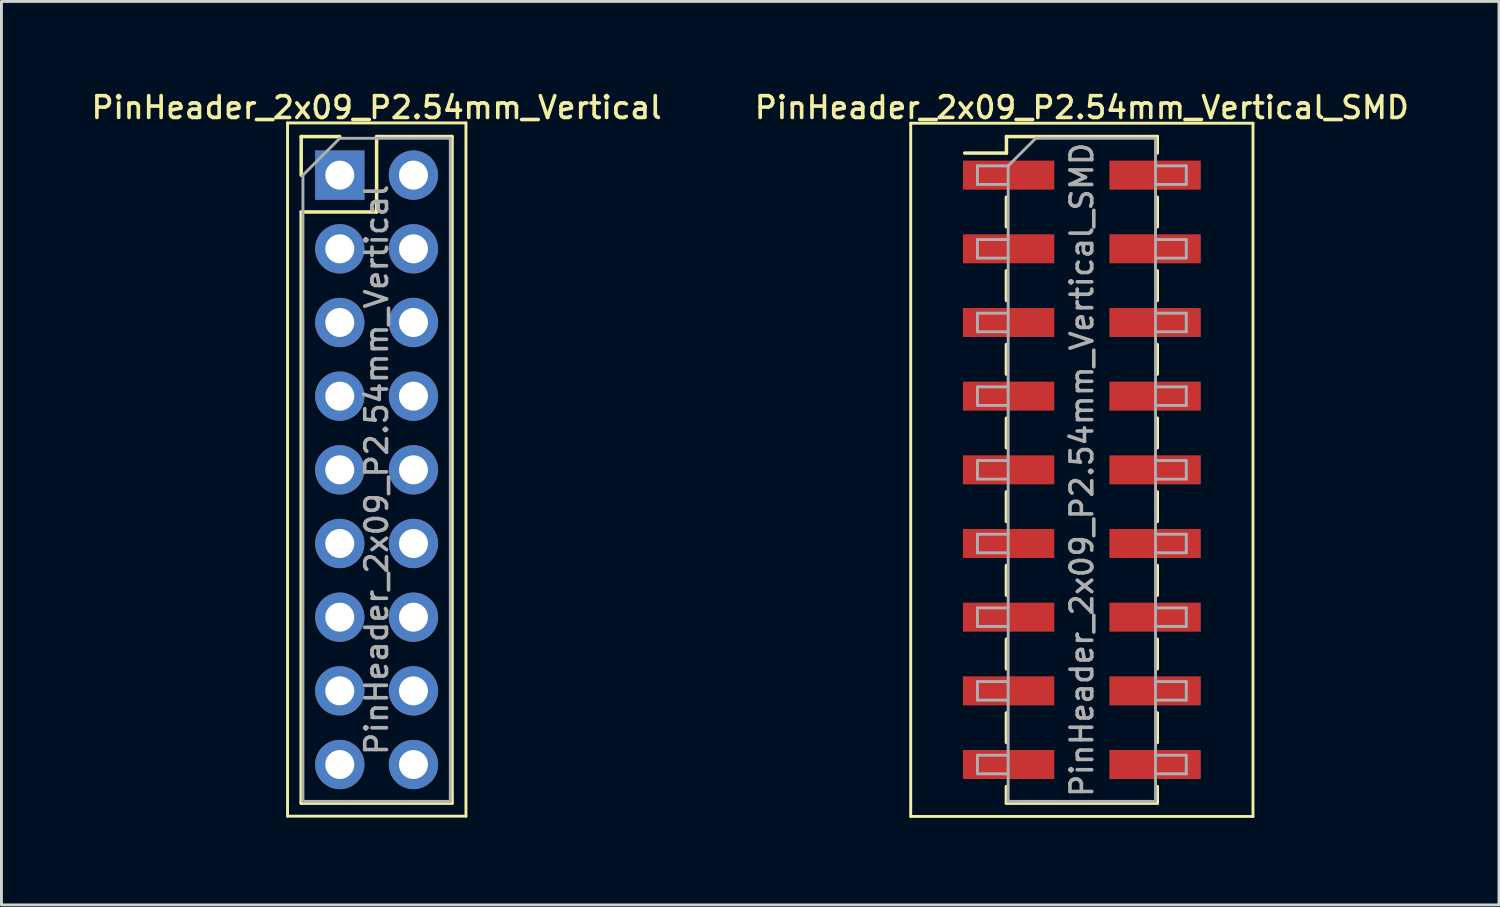
<source format=kicad_pcb>
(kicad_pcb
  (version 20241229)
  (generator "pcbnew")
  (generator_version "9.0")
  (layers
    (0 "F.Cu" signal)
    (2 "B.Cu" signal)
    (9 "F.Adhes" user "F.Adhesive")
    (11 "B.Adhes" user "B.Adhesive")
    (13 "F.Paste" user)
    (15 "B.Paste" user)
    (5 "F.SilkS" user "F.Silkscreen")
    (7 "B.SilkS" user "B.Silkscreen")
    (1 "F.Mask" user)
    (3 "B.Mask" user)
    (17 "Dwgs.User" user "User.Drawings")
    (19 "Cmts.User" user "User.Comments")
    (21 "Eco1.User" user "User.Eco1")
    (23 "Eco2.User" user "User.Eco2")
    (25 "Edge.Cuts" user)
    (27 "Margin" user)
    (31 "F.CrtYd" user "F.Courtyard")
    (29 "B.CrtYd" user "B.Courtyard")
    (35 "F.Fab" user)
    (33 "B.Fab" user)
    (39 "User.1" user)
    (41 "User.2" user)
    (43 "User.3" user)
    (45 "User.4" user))
  (footprint "PinHeader_2x09_P2.54mm_Vertical_SMD"
    (layer "F.Cu")
    (at 34.248 13.148)
    (property "Reference" "PinHeader_2x09_P2.54mm_Vertical_SMD" (at 0 -12.49 0) (layer "F.SilkS") (effects (font (size 0.75 0.75) (thickness 0.125))))
    (attr smd)
    (fp_line (start -5.9 -11.95) (end -5.9 11.95) (stroke (width 0.1) (type solid)) (layer "F.SilkS"))
    (fp_line (start -5.9 11.95) (end 5.9 11.95) (stroke (width 0.1) (type solid)) (layer "F.SilkS"))
    (fp_line (start -4.04 -10.92) (end -2.6 -10.92) (stroke (width 0.12) (type solid)) (layer "F.SilkS"))
    (fp_line (start -2.6 -11.49) (end -2.6 -10.92) (stroke (width 0.12) (type solid)) (layer "F.SilkS"))
    (fp_line (start -2.6 -11.49) (end 2.6 -11.49) (stroke (width 0.12) (type solid)) (layer "F.SilkS"))
    (fp_line (start -2.6 -9.4) (end -2.6 -8.38) (stroke (width 0.12) (type solid)) (layer "F.SilkS"))
    (fp_line (start -2.6 -6.86) (end -2.6 -5.84) (stroke (width 0.12) (type solid)) (layer "F.SilkS"))
    (fp_line (start -2.6 -4.32) (end -2.6 -3.3) (stroke (width 0.12) (type solid)) (layer "F.SilkS"))
    (fp_line (start -2.6 -1.78) (end -2.6 -0.76) (stroke (width 0.12) (type solid)) (layer "F.SilkS"))
    (fp_line (start -2.6 0.76) (end -2.6 1.78) (stroke (width 0.12) (type solid)) (layer "F.SilkS"))
    (fp_line (start -2.6 3.3) (end -2.6 4.32) (stroke (width 0.12) (type solid)) (layer "F.SilkS"))
    (fp_line (start -2.6 5.84) (end -2.6 6.86) (stroke (width 0.12) (type solid)) (layer "F.SilkS"))
    (fp_line (start -2.6 8.38) (end -2.6 9.4) (stroke (width 0.12) (type solid)) (layer "F.SilkS"))
    (fp_line (start -2.6 10.92) (end -2.6 11.49) (stroke (width 0.12) (type solid)) (layer "F.SilkS"))
    (fp_line (start -2.6 11.49) (end 2.6 11.49) (stroke (width 0.12) (type solid)) (layer "F.SilkS"))
    (fp_line (start 2.6 -11.49) (end 2.6 -10.92) (stroke (width 0.12) (type solid)) (layer "F.SilkS"))
    (fp_line (start 2.6 -9.4) (end 2.6 -8.38) (stroke (width 0.12) (type solid)) (layer "F.SilkS"))
    (fp_line (start 2.6 -6.86) (end 2.6 -5.84) (stroke (width 0.12) (type solid)) (layer "F.SilkS"))
    (fp_line (start 2.6 -4.32) (end 2.6 -3.3) (stroke (width 0.12) (type solid)) (layer "F.SilkS"))
    (fp_line (start 2.6 -1.78) (end 2.6 -0.76) (stroke (width 0.12) (type solid)) (layer "F.SilkS"))
    (fp_line (start 2.6 0.76) (end 2.6 1.78) (stroke (width 0.12) (type solid)) (layer "F.SilkS"))
    (fp_line (start 2.6 3.3) (end 2.6 4.32) (stroke (width 0.12) (type solid)) (layer "F.SilkS"))
    (fp_line (start 2.6 5.84) (end 2.6 6.86) (stroke (width 0.12) (type solid)) (layer "F.SilkS"))
    (fp_line (start 2.6 8.38) (end 2.6 9.4) (stroke (width 0.12) (type solid)) (layer "F.SilkS"))
    (fp_line (start 2.6 10.92) (end 2.6 11.49) (stroke (width 0.12) (type solid)) (layer "F.SilkS"))
    (fp_line (start 5.9 -11.95) (end -5.9 -11.95) (stroke (width 0.1) (type solid)) (layer "F.SilkS"))
    (fp_line (start 5.9 11.95) (end 5.9 -11.95) (stroke (width 0.1) (type solid)) (layer "F.SilkS"))
    (fp_line (start -3.6 -10.48) (end -3.6 -9.84) (stroke (width 0.1) (type solid)) (layer "F.Fab"))
    (fp_line (start -3.6 -9.84) (end -2.54 -9.84) (stroke (width 0.1) (type solid)) (layer "F.Fab"))
    (fp_line (start -3.6 -7.94) (end -3.6 -7.3) (stroke (width 0.1) (type solid)) (layer "F.Fab"))
    (fp_line (start -3.6 -7.3) (end -2.54 -7.3) (stroke (width 0.1) (type solid)) (layer "F.Fab"))
    (fp_line (start -3.6 -5.4) (end -3.6 -4.76) (stroke (width 0.1) (type solid)) (layer "F.Fab"))
    (fp_line (start -3.6 -4.76) (end -2.54 -4.76) (stroke (width 0.1) (type solid)) (layer "F.Fab"))
    (fp_line (start -3.6 -2.86) (end -3.6 -2.22) (stroke (width 0.1) (type solid)) (layer "F.Fab"))
    (fp_line (start -3.6 -2.22) (end -2.54 -2.22) (stroke (width 0.1) (type solid)) (layer "F.Fab"))
    (fp_line (start -3.6 -0.32) (end -3.6 0.32) (stroke (width 0.1) (type solid)) (layer "F.Fab"))
    (fp_line (start -3.6 0.32) (end -2.54 0.32) (stroke (width 0.1) (type solid)) (layer "F.Fab"))
    (fp_line (start -3.6 2.22) (end -3.6 2.86) (stroke (width 0.1) (type solid)) (layer "F.Fab"))
    (fp_line (start -3.6 2.86) (end -2.54 2.86) (stroke (width 0.1) (type solid)) (layer "F.Fab"))
    (fp_line (start -3.6 4.76) (end -3.6 5.4) (stroke (width 0.1) (type solid)) (layer "F.Fab"))
    (fp_line (start -3.6 5.4) (end -2.54 5.4) (stroke (width 0.1) (type solid)) (layer "F.Fab"))
    (fp_line (start -3.6 7.3) (end -3.6 7.94) (stroke (width 0.1) (type solid)) (layer "F.Fab"))
    (fp_line (start -3.6 7.94) (end -2.54 7.94) (stroke (width 0.1) (type solid)) (layer "F.Fab"))
    (fp_line (start -3.6 9.84) (end -3.6 10.48) (stroke (width 0.1) (type solid)) (layer "F.Fab"))
    (fp_line (start -3.6 10.48) (end -2.54 10.48) (stroke (width 0.1) (type solid)) (layer "F.Fab"))
    (fp_line (start -2.54 -10.48) (end -3.6 -10.48) (stroke (width 0.1) (type solid)) (layer "F.Fab"))
    (fp_line (start -2.54 -10.48) (end -1.59 -11.43) (stroke (width 0.1) (type solid)) (layer "F.Fab"))
    (fp_line (start -2.54 -7.94) (end -3.6 -7.94) (stroke (width 0.1) (type solid)) (layer "F.Fab"))
    (fp_line (start -2.54 -5.4) (end -3.6 -5.4) (stroke (width 0.1) (type solid)) (layer "F.Fab"))
    (fp_line (start -2.54 -2.86) (end -3.6 -2.86) (stroke (width 0.1) (type solid)) (layer "F.Fab"))
    (fp_line (start -2.54 -0.32) (end -3.6 -0.32) (stroke (width 0.1) (type solid)) (layer "F.Fab"))
    (fp_line (start -2.54 2.22) (end -3.6 2.22) (stroke (width 0.1) (type solid)) (layer "F.Fab"))
    (fp_line (start -2.54 4.76) (end -3.6 4.76) (stroke (width 0.1) (type solid)) (layer "F.Fab"))
    (fp_line (start -2.54 7.3) (end -3.6 7.3) (stroke (width 0.1) (type solid)) (layer "F.Fab"))
    (fp_line (start -2.54 9.84) (end -3.6 9.84) (stroke (width 0.1) (type solid)) (layer "F.Fab"))
    (fp_line (start -2.54 11.43) (end -2.54 -10.48) (stroke (width 0.1) (type solid)) (layer "F.Fab"))
    (fp_line (start -1.59 -11.43) (end 2.54 -11.43) (stroke (width 0.1) (type solid)) (layer "F.Fab"))
    (fp_line (start 2.54 -11.43) (end 2.54 11.43) (stroke (width 0.1) (type solid)) (layer "F.Fab"))
    (fp_line (start 2.54 -10.48) (end 3.6 -10.48) (stroke (width 0.1) (type solid)) (layer "F.Fab"))
    (fp_line (start 2.54 -7.94) (end 3.6 -7.94) (stroke (width 0.1) (type solid)) (layer "F.Fab"))
    (fp_line (start 2.54 -5.4) (end 3.6 -5.4) (stroke (width 0.1) (type solid)) (layer "F.Fab"))
    (fp_line (start 2.54 -2.86) (end 3.6 -2.86) (stroke (width 0.1) (type solid)) (layer "F.Fab"))
    (fp_line (start 2.54 -0.32) (end 3.6 -0.32) (stroke (width 0.1) (type solid)) (layer "F.Fab"))
    (fp_line (start 2.54 2.22) (end 3.6 2.22) (stroke (width 0.1) (type solid)) (layer "F.Fab"))
    (fp_line (start 2.54 4.76) (end 3.6 4.76) (stroke (width 0.1) (type solid)) (layer "F.Fab"))
    (fp_line (start 2.54 7.3) (end 3.6 7.3) (stroke (width 0.1) (type solid)) (layer "F.Fab"))
    (fp_line (start 2.54 9.84) (end 3.6 9.84) (stroke (width 0.1) (type solid)) (layer "F.Fab"))
    (fp_line (start 2.54 11.43) (end -2.54 11.43) (stroke (width 0.1) (type solid)) (layer "F.Fab"))
    (fp_line (start 3.6 -10.48) (end 3.6 -9.84) (stroke (width 0.1) (type solid)) (layer "F.Fab"))
    (fp_line (start 3.6 -9.84) (end 2.54 -9.84) (stroke (width 0.1) (type solid)) (layer "F.Fab"))
    (fp_line (start 3.6 -7.94) (end 3.6 -7.3) (stroke (width 0.1) (type solid)) (layer "F.Fab"))
    (fp_line (start 3.6 -7.3) (end 2.54 -7.3) (stroke (width 0.1) (type solid)) (layer "F.Fab"))
    (fp_line (start 3.6 -5.4) (end 3.6 -4.76) (stroke (width 0.1) (type solid)) (layer "F.Fab"))
    (fp_line (start 3.6 -4.76) (end 2.54 -4.76) (stroke (width 0.1) (type solid)) (layer "F.Fab"))
    (fp_line (start 3.6 -2.86) (end 3.6 -2.22) (stroke (width 0.1) (type solid)) (layer "F.Fab"))
    (fp_line (start 3.6 -2.22) (end 2.54 -2.22) (stroke (width 0.1) (type solid)) (layer "F.Fab"))
    (fp_line (start 3.6 -0.32) (end 3.6 0.32) (stroke (width 0.1) (type solid)) (layer "F.Fab"))
    (fp_line (start 3.6 0.32) (end 2.54 0.32) (stroke (width 0.1) (type solid)) (layer "F.Fab"))
    (fp_line (start 3.6 2.22) (end 3.6 2.86) (stroke (width 0.1) (type solid)) (layer "F.Fab"))
    (fp_line (start 3.6 2.86) (end 2.54 2.86) (stroke (width 0.1) (type solid)) (layer "F.Fab"))
    (fp_line (start 3.6 4.76) (end 3.6 5.4) (stroke (width 0.1) (type solid)) (layer "F.Fab"))
    (fp_line (start 3.6 5.4) (end 2.54 5.4) (stroke (width 0.1) (type solid)) (layer "F.Fab"))
    (fp_line (start 3.6 7.3) (end 3.6 7.94) (stroke (width 0.1) (type solid)) (layer "F.Fab"))
    (fp_line (start 3.6 7.94) (end 2.54 7.94) (stroke (width 0.1) (type solid)) (layer "F.Fab"))
    (fp_line (start 3.6 9.84) (end 3.6 10.48) (stroke (width 0.1) (type solid)) (layer "F.Fab"))
    (fp_line (start 3.6 10.48) (end 2.54 10.48) (stroke (width 0.1) (type solid)) (layer "F.Fab"))
    (fp_text user "${REFERENCE}" (at 0 0 90) (layer "F.Fab") (effects (font (size 0.75 0.75) (thickness 0.125))))
    (pad "1" smd rect (at -2.525 -10.16) (size 3.15 1) (layers "F.Cu" "F.Mask" "F.Paste"))
    (pad "2" smd rect (at 2.525 -10.16) (size 3.15 1) (layers "F.Cu" "F.Mask" "F.Paste"))
    (pad "3" smd rect (at -2.525 -7.62) (size 3.15 1) (layers "F.Cu" "F.Mask" "F.Paste"))
    (pad "4" smd rect (at 2.525 -7.62) (size 3.15 1) (layers "F.Cu" "F.Mask" "F.Paste"))
    (pad "5" smd rect (at -2.525 -5.08) (size 3.15 1) (layers "F.Cu" "F.Mask" "F.Paste"))
    (pad "6" smd rect (at 2.525 -5.08) (size 3.15 1) (layers "F.Cu" "F.Mask" "F.Paste"))
    (pad "7" smd rect (at -2.525 -2.54) (size 3.15 1) (layers "F.Cu" "F.Mask" "F.Paste"))
    (pad "8" smd rect (at 2.525 -2.54) (size 3.15 1) (layers "F.Cu" "F.Mask" "F.Paste"))
    (pad "9" smd rect (at -2.525 0) (size 3.15 1) (layers "F.Cu" "F.Mask" "F.Paste"))
    (pad "10" smd rect (at 2.525 0) (size 3.15 1) (layers "F.Cu" "F.Mask" "F.Paste"))
    (pad "11" smd rect (at -2.525 2.54) (size 3.15 1) (layers "F.Cu" "F.Mask" "F.Paste"))
    (pad "12" smd rect (at 2.525 2.54) (size 3.15 1) (layers "F.Cu" "F.Mask" "F.Paste"))
    (pad "13" smd rect (at -2.525 5.08) (size 3.15 1) (layers "F.Cu" "F.Mask" "F.Paste"))
    (pad "14" smd rect (at 2.525 5.08) (size 3.15 1) (layers "F.Cu" "F.Mask" "F.Paste"))
    (pad "15" smd rect (at -2.525 7.62) (size 3.15 1) (layers "F.Cu" "F.Mask" "F.Paste"))
    (pad "16" smd rect (at 2.525 7.62) (size 3.15 1) (layers "F.Cu" "F.Mask" "F.Paste"))
    (pad "17" smd rect (at -2.525 10.16) (size 3.15 1) (layers "F.Cu" "F.Mask" "F.Paste"))
    (pad "18" smd rect (at 2.525 10.16) (size 3.15 1) (layers "F.Cu" "F.Mask" "F.Paste")))
  (footprint "PinHeader_2x09_P2.54mm_Vertical"
    (layer "F.Cu")
    (at 8.664 2.988)
    (property "Reference" "PinHeader_2x09_P2.54mm_Vertical" (at 1.27 -2.33 0) (layer "F.SilkS") (effects (font (size 0.75 0.75) (thickness 0.125))))
    (attr through_hole)
    (fp_line (start -1.8 -1.8) (end -1.8 22.1) (stroke (width 0.1) (type solid)) (layer "F.SilkS"))
    (fp_line (start -1.8 22.1) (end 4.35 22.1) (stroke (width 0.1) (type solid)) (layer "F.SilkS"))
    (fp_line (start -1.33 -1.33) (end 0 -1.33) (stroke (width 0.12) (type solid)) (layer "F.SilkS"))
    (fp_line (start -1.33 0) (end -1.33 -1.33) (stroke (width 0.12) (type solid)) (layer "F.SilkS"))
    (fp_line (start -1.33 1.27) (end -1.33 21.65) (stroke (width 0.12) (type solid)) (layer "F.SilkS"))
    (fp_line (start -1.33 1.27) (end 1.27 1.27) (stroke (width 0.12) (type solid)) (layer "F.SilkS"))
    (fp_line (start -1.33 21.65) (end 3.87 21.65) (stroke (width 0.12) (type solid)) (layer "F.SilkS"))
    (fp_line (start 1.27 -1.33) (end 3.87 -1.33) (stroke (width 0.12) (type solid)) (layer "F.SilkS"))
    (fp_line (start 1.27 1.27) (end 1.27 -1.33) (stroke (width 0.12) (type solid)) (layer "F.SilkS"))
    (fp_line (start 3.87 -1.33) (end 3.87 21.65) (stroke (width 0.12) (type solid)) (layer "F.SilkS"))
    (fp_line (start 4.35 -1.8) (end -1.8 -1.8) (stroke (width 0.1) (type solid)) (layer "F.SilkS"))
    (fp_line (start 4.35 22.1) (end 4.35 -1.8) (stroke (width 0.1) (type solid)) (layer "F.SilkS"))
    (fp_line (start -1.27 0) (end 0 -1.27) (stroke (width 0.1) (type solid)) (layer "F.Fab"))
    (fp_line (start -1.27 21.59) (end -1.27 0) (stroke (width 0.1) (type solid)) (layer "F.Fab"))
    (fp_line (start 0 -1.27) (end 3.81 -1.27) (stroke (width 0.1) (type solid)) (layer "F.Fab"))
    (fp_line (start 3.81 -1.27) (end 3.81 21.59) (stroke (width 0.1) (type solid)) (layer "F.Fab"))
    (fp_line (start 3.81 21.59) (end -1.27 21.59) (stroke (width 0.1) (type solid)) (layer "F.Fab"))
    (fp_text user "${REFERENCE}" (at 1.27 10.16 90) (layer "F.Fab") (effects (font (size 0.75 0.75) (thickness 0.125))))
    (pad "1" thru_hole rect (at 0 0) (size 1.7 1.7) (drill 1) (layers "*.Cu" "*.Mask"))
    (pad "2" thru_hole oval (at 2.54 0) (size 1.7 1.7) (drill 1) (layers "*.Cu" "*.Mask"))
    (pad "3" thru_hole oval (at 0 2.54) (size 1.7 1.7) (drill 1) (layers "*.Cu" "*.Mask"))
    (pad "4" thru_hole oval (at 2.54 2.54) (size 1.7 1.7) (drill 1) (layers "*.Cu" "*.Mask"))
    (pad "5" thru_hole oval (at 0 5.08) (size 1.7 1.7) (drill 1) (layers "*.Cu" "*.Mask"))
    (pad "6" thru_hole oval (at 2.54 5.08) (size 1.7 1.7) (drill 1) (layers "*.Cu" "*.Mask"))
    (pad "7" thru_hole oval (at 0 7.62) (size 1.7 1.7) (drill 1) (layers "*.Cu" "*.Mask"))
    (pad "8" thru_hole oval (at 2.54 7.62) (size 1.7 1.7) (drill 1) (layers "*.Cu" "*.Mask"))
    (pad "9" thru_hole oval (at 0 10.16) (size 1.7 1.7) (drill 1) (layers "*.Cu" "*.Mask"))
    (pad "10" thru_hole oval (at 2.54 10.16) (size 1.7 1.7) (drill 1) (layers "*.Cu" "*.Mask"))
    (pad "11" thru_hole oval (at 0 12.7) (size 1.7 1.7) (drill 1) (layers "*.Cu" "*.Mask"))
    (pad "12" thru_hole oval (at 2.54 12.7) (size 1.7 1.7) (drill 1) (layers "*.Cu" "*.Mask"))
    (pad "13" thru_hole oval (at 0 15.24) (size 1.7 1.7) (drill 1) (layers "*.Cu" "*.Mask"))
    (pad "14" thru_hole oval (at 2.54 15.24) (size 1.7 1.7) (drill 1) (layers "*.Cu" "*.Mask"))
    (pad "15" thru_hole oval (at 0 17.78) (size 1.7 1.7) (drill 1) (layers "*.Cu" "*.Mask"))
    (pad "16" thru_hole oval (at 2.54 17.78) (size 1.7 1.7) (drill 1) (layers "*.Cu" "*.Mask"))
    (pad "17" thru_hole oval (at 0 20.32) (size 1.7 1.7) (drill 1) (layers "*.Cu" "*.Mask"))
    (pad "18" thru_hole oval (at 2.54 20.32) (size 1.7 1.7) (drill 1) (layers "*.Cu" "*.Mask")))
  (gr_rect
    (start -3 -3)
    (end 48.629 28.148)
    (stroke (width 0.1) (type default))
    (fill no)
    (layer "Edge.Cuts")))
</source>
